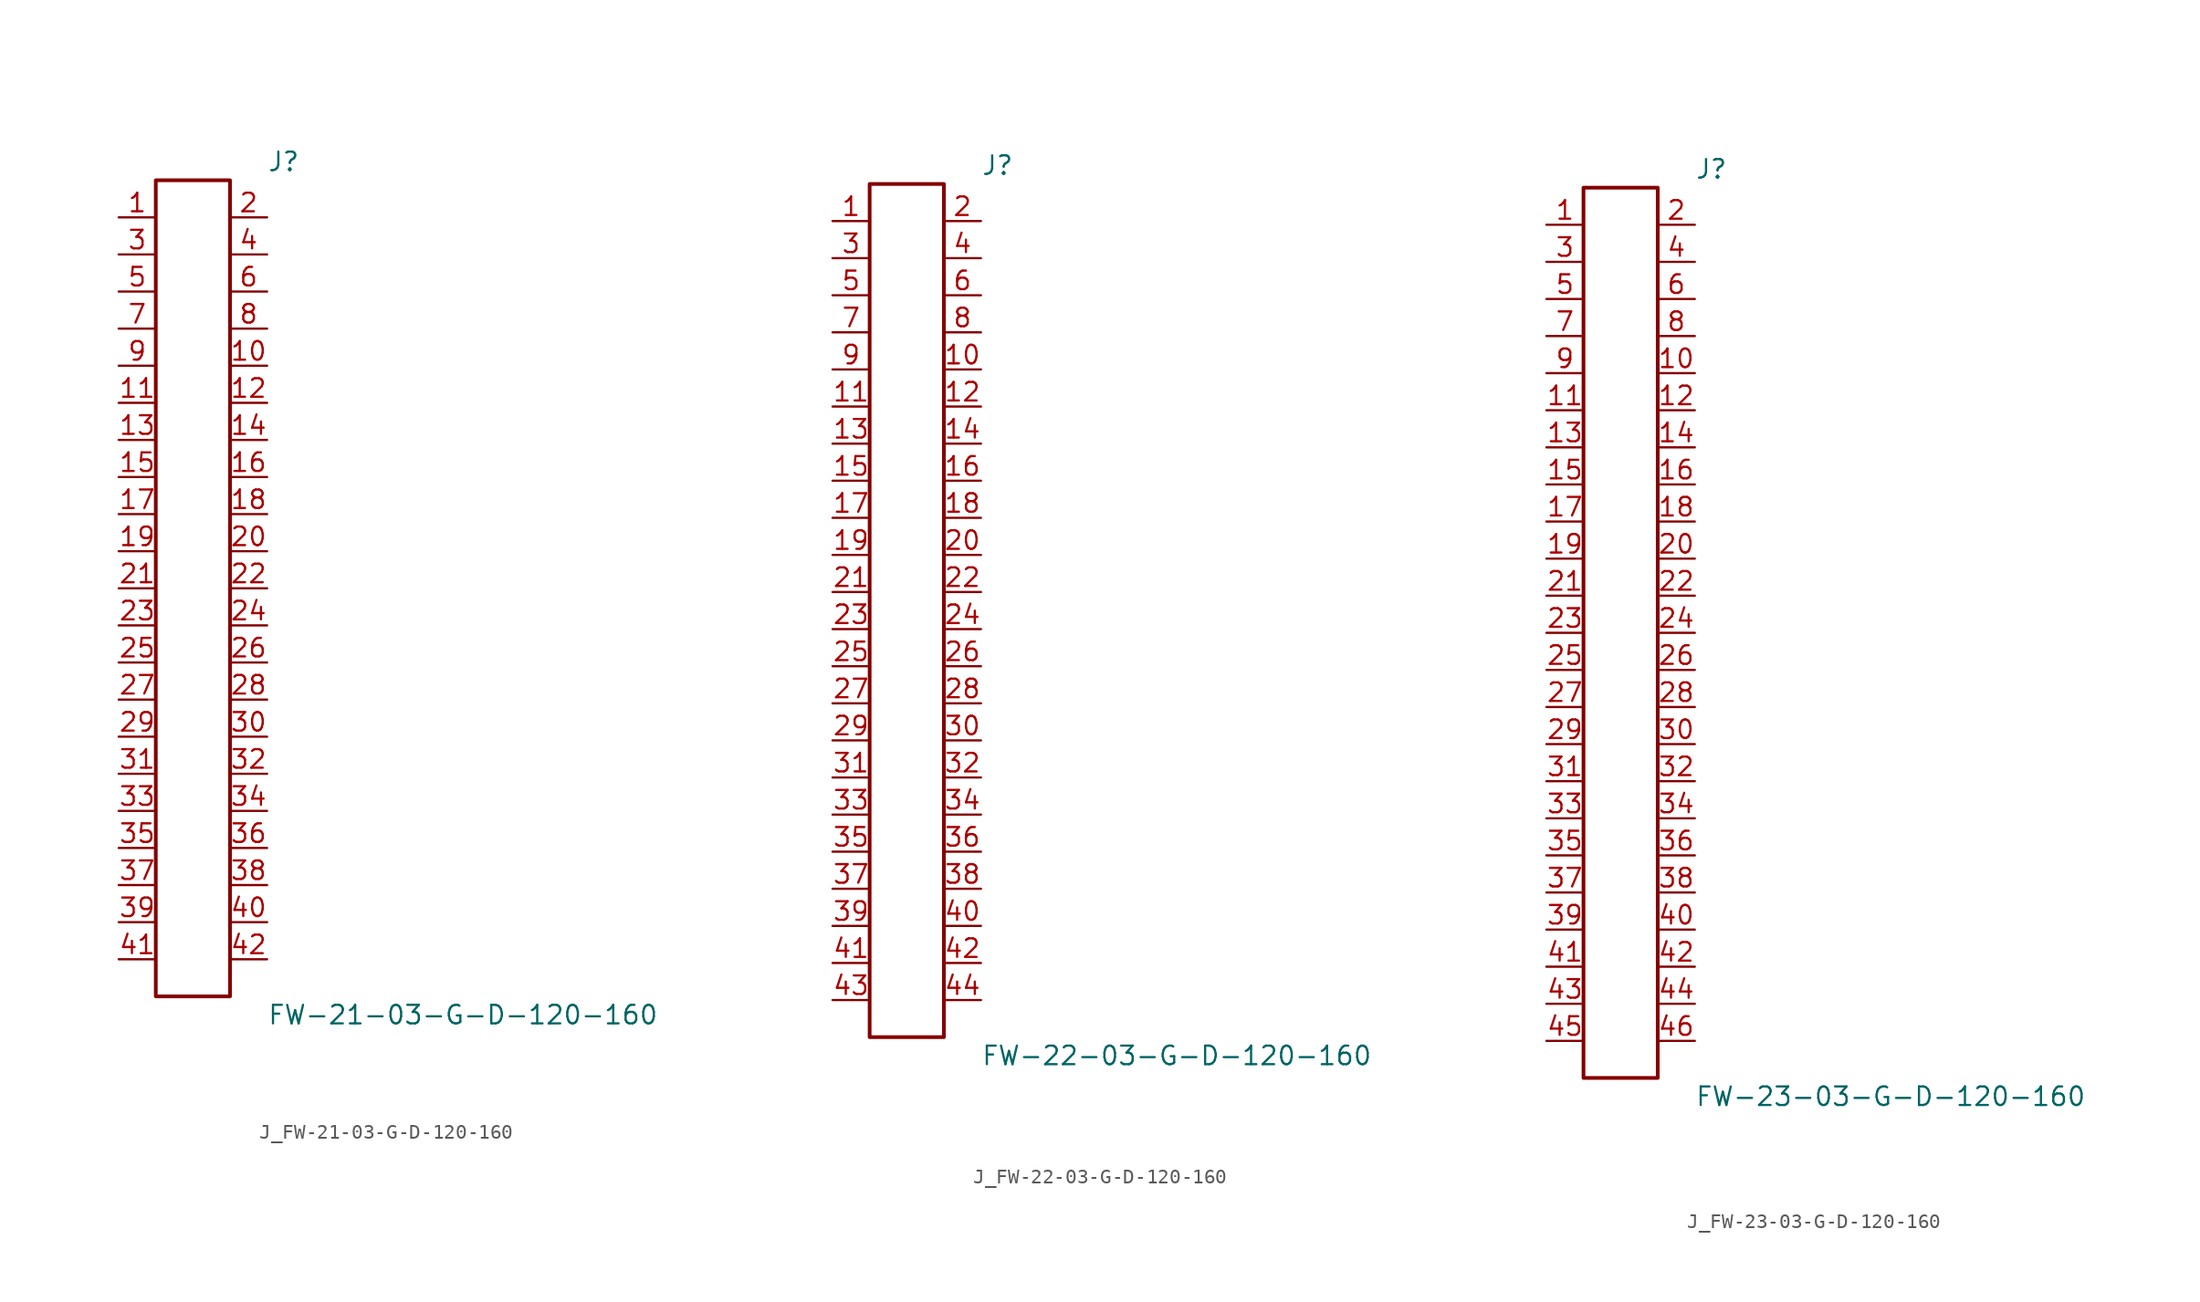
<source format=kicad_sym>
(kicad_symbol_lib
  (version 20231120)
  (generator kicad_symbol_editor)
  (generator_version 8.0)
  (symbol "J_FW-21-03-G-D-120-160"
    (pin_names
      (offset 0.254))
    (property "Reference" "J"
      (at 5.08 29.21 0)
      (effects (font (size 1.27 1.27)) (justify left)))
    (property "Value" "FW-21-03-G-D-120-160"
      (at 5.08 -29.21 0)
      (effects (font (size 1.27 1.27)) (justify left)))
    (symbol "J_FW-21-03-G-D-120-160_0_0"
      (pin passive line (at -5.08 25.4 0) (length 2.54) (name "" (effects (font (size 1.27 1.27)))) (number "1" (effects (font (size 1.27 1.27)))))
      (pin passive line (at 5.08 25.4 180) (length 2.54) (name "" (effects (font (size 1.27 1.27)))) (number "2" (effects (font (size 1.27 1.27)))))
      (pin passive line (at -5.08 22.86 0) (length 2.54) (name "" (effects (font (size 1.27 1.27)))) (number "3" (effects (font (size 1.27 1.27)))))
      (pin passive line (at 5.08 22.86 180) (length 2.54) (name "" (effects (font (size 1.27 1.27)))) (number "4" (effects (font (size 1.27 1.27)))))
      (pin passive line (at -5.08 20.32 0) (length 2.54) (name "" (effects (font (size 1.27 1.27)))) (number "5" (effects (font (size 1.27 1.27)))))
      (pin passive line (at 5.08 20.32 180) (length 2.54) (name "" (effects (font (size 1.27 1.27)))) (number "6" (effects (font (size 1.27 1.27)))))
      (pin passive line (at -5.08 17.78 0) (length 2.54) (name "" (effects (font (size 1.27 1.27)))) (number "7" (effects (font (size 1.27 1.27)))))
      (pin passive line (at 5.08 17.78 180) (length 2.54) (name "" (effects (font (size 1.27 1.27)))) (number "8" (effects (font (size 1.27 1.27)))))
      (pin passive line (at -5.08 15.24 0) (length 2.54) (name "" (effects (font (size 1.27 1.27)))) (number "9" (effects (font (size 1.27 1.27)))))
      (pin passive line (at 5.08 15.24 180) (length 2.54) (name "" (effects (font (size 1.27 1.27)))) (number "10" (effects (font (size 1.27 1.27)))))
      (pin passive line (at -5.08 12.7 0) (length 2.54) (name "" (effects (font (size 1.27 1.27)))) (number "11" (effects (font (size 1.27 1.27)))))
      (pin passive line (at 5.08 12.7 180) (length 2.54) (name "" (effects (font (size 1.27 1.27)))) (number "12" (effects (font (size 1.27 1.27)))))
      (pin passive line (at -5.08 10.16 0) (length 2.54) (name "" (effects (font (size 1.27 1.27)))) (number "13" (effects (font (size 1.27 1.27)))))
      (pin passive line (at 5.08 10.16 180) (length 2.54) (name "" (effects (font (size 1.27 1.27)))) (number "14" (effects (font (size 1.27 1.27)))))
      (pin passive line (at -5.08 7.62 0) (length 2.54) (name "" (effects (font (size 1.27 1.27)))) (number "15" (effects (font (size 1.27 1.27)))))
      (pin passive line (at 5.08 7.62 180) (length 2.54) (name "" (effects (font (size 1.27 1.27)))) (number "16" (effects (font (size 1.27 1.27)))))
      (pin passive line (at -5.08 5.08 0) (length 2.54) (name "" (effects (font (size 1.27 1.27)))) (number "17" (effects (font (size 1.27 1.27)))))
      (pin passive line (at 5.08 5.08 180) (length 2.54) (name "" (effects (font (size 1.27 1.27)))) (number "18" (effects (font (size 1.27 1.27)))))
      (pin passive line (at -5.08 2.54 0) (length 2.54) (name "" (effects (font (size 1.27 1.27)))) (number "19" (effects (font (size 1.27 1.27)))))
      (pin passive line (at 5.08 2.54 180) (length 2.54) (name "" (effects (font (size 1.27 1.27)))) (number "20" (effects (font (size 1.27 1.27)))))
      (pin passive line (at -5.08 0.0 0) (length 2.54) (name "" (effects (font (size 1.27 1.27)))) (number "21" (effects (font (size 1.27 1.27)))))
      (pin passive line (at 5.08 0.0 180) (length 2.54) (name "" (effects (font (size 1.27 1.27)))) (number "22" (effects (font (size 1.27 1.27)))))
      (pin passive line (at -5.08 -2.54 0) (length 2.54) (name "" (effects (font (size 1.27 1.27)))) (number "23" (effects (font (size 1.27 1.27)))))
      (pin passive line (at 5.08 -2.54 180) (length 2.54) (name "" (effects (font (size 1.27 1.27)))) (number "24" (effects (font (size 1.27 1.27)))))
      (pin passive line (at -5.08 -5.08 0) (length 2.54) (name "" (effects (font (size 1.27 1.27)))) (number "25" (effects (font (size 1.27 1.27)))))
      (pin passive line (at 5.08 -5.08 180) (length 2.54) (name "" (effects (font (size 1.27 1.27)))) (number "26" (effects (font (size 1.27 1.27)))))
      (pin passive line (at -5.08 -7.62 0) (length 2.54) (name "" (effects (font (size 1.27 1.27)))) (number "27" (effects (font (size 1.27 1.27)))))
      (pin passive line (at 5.08 -7.62 180) (length 2.54) (name "" (effects (font (size 1.27 1.27)))) (number "28" (effects (font (size 1.27 1.27)))))
      (pin passive line (at -5.08 -10.16 0) (length 2.54) (name "" (effects (font (size 1.27 1.27)))) (number "29" (effects (font (size 1.27 1.27)))))
      (pin passive line (at 5.08 -10.16 180) (length 2.54) (name "" (effects (font (size 1.27 1.27)))) (number "30" (effects (font (size 1.27 1.27)))))
      (pin passive line (at -5.08 -12.7 0) (length 2.54) (name "" (effects (font (size 1.27 1.27)))) (number "31" (effects (font (size 1.27 1.27)))))
      (pin passive line (at 5.08 -12.7 180) (length 2.54) (name "" (effects (font (size 1.27 1.27)))) (number "32" (effects (font (size 1.27 1.27)))))
      (pin passive line (at -5.08 -15.24 0) (length 2.54) (name "" (effects (font (size 1.27 1.27)))) (number "33" (effects (font (size 1.27 1.27)))))
      (pin passive line (at 5.08 -15.24 180) (length 2.54) (name "" (effects (font (size 1.27 1.27)))) (number "34" (effects (font (size 1.27 1.27)))))
      (pin passive line (at -5.08 -17.78 0) (length 2.54) (name "" (effects (font (size 1.27 1.27)))) (number "35" (effects (font (size 1.27 1.27)))))
      (pin passive line (at 5.08 -17.78 180) (length 2.54) (name "" (effects (font (size 1.27 1.27)))) (number "36" (effects (font (size 1.27 1.27)))))
      (pin passive line (at -5.08 -20.32 0) (length 2.54) (name "" (effects (font (size 1.27 1.27)))) (number "37" (effects (font (size 1.27 1.27)))))
      (pin passive line (at 5.08 -20.32 180) (length 2.54) (name "" (effects (font (size 1.27 1.27)))) (number "38" (effects (font (size 1.27 1.27)))))
      (pin passive line (at -5.08 -22.86 0) (length 2.54) (name "" (effects (font (size 1.27 1.27)))) (number "39" (effects (font (size 1.27 1.27)))))
      (pin passive line (at 5.08 -22.86 180) (length 2.54) (name "" (effects (font (size 1.27 1.27)))) (number "40" (effects (font (size 1.27 1.27)))))
      (pin passive line (at -5.08 -25.4 0) (length 2.54) (name "" (effects (font (size 1.27 1.27)))) (number "41" (effects (font (size 1.27 1.27)))))
      (pin passive line (at 5.08 -25.4 180) (length 2.54) (name "" (effects (font (size 1.27 1.27)))) (number "42" (effects (font (size 1.27 1.27))))))
    (symbol "J_FW-21-03-G-D-120-160_1_0"
      (rectangle (start -2.54 27.94) (end 2.54 -27.94) (stroke (width 0.254) (type solid)) (fill (type none)))))
  (symbol "J_FW-22-03-G-D-120-160"
    (pin_names
      (offset 0.254))
    (property "Reference" "J"
      (at 5.08 30.48 0)
      (effects (font (size 1.27 1.27)) (justify left)))
    (property "Value" "FW-22-03-G-D-120-160"
      (at 5.08 -30.48 0)
      (effects (font (size 1.27 1.27)) (justify left)))
    (symbol "J_FW-22-03-G-D-120-160_0_0"
      (pin passive line (at -5.08 26.67 0) (length 2.54) (name "" (effects (font (size 1.27 1.27)))) (number "1" (effects (font (size 1.27 1.27)))))
      (pin passive line (at 5.08 26.67 180) (length 2.54) (name "" (effects (font (size 1.27 1.27)))) (number "2" (effects (font (size 1.27 1.27)))))
      (pin passive line (at -5.08 24.13 0) (length 2.54) (name "" (effects (font (size 1.27 1.27)))) (number "3" (effects (font (size 1.27 1.27)))))
      (pin passive line (at 5.08 24.13 180) (length 2.54) (name "" (effects (font (size 1.27 1.27)))) (number "4" (effects (font (size 1.27 1.27)))))
      (pin passive line (at -5.08 21.59 0) (length 2.54) (name "" (effects (font (size 1.27 1.27)))) (number "5" (effects (font (size 1.27 1.27)))))
      (pin passive line (at 5.08 21.59 180) (length 2.54) (name "" (effects (font (size 1.27 1.27)))) (number "6" (effects (font (size 1.27 1.27)))))
      (pin passive line (at -5.08 19.05 0) (length 2.54) (name "" (effects (font (size 1.27 1.27)))) (number "7" (effects (font (size 1.27 1.27)))))
      (pin passive line (at 5.08 19.05 180) (length 2.54) (name "" (effects (font (size 1.27 1.27)))) (number "8" (effects (font (size 1.27 1.27)))))
      (pin passive line (at -5.08 16.51 0) (length 2.54) (name "" (effects (font (size 1.27 1.27)))) (number "9" (effects (font (size 1.27 1.27)))))
      (pin passive line (at 5.08 16.51 180) (length 2.54) (name "" (effects (font (size 1.27 1.27)))) (number "10" (effects (font (size 1.27 1.27)))))
      (pin passive line (at -5.08 13.97 0) (length 2.54) (name "" (effects (font (size 1.27 1.27)))) (number "11" (effects (font (size 1.27 1.27)))))
      (pin passive line (at 5.08 13.97 180) (length 2.54) (name "" (effects (font (size 1.27 1.27)))) (number "12" (effects (font (size 1.27 1.27)))))
      (pin passive line (at -5.08 11.43 0) (length 2.54) (name "" (effects (font (size 1.27 1.27)))) (number "13" (effects (font (size 1.27 1.27)))))
      (pin passive line (at 5.08 11.43 180) (length 2.54) (name "" (effects (font (size 1.27 1.27)))) (number "14" (effects (font (size 1.27 1.27)))))
      (pin passive line (at -5.08 8.89 0) (length 2.54) (name "" (effects (font (size 1.27 1.27)))) (number "15" (effects (font (size 1.27 1.27)))))
      (pin passive line (at 5.08 8.89 180) (length 2.54) (name "" (effects (font (size 1.27 1.27)))) (number "16" (effects (font (size 1.27 1.27)))))
      (pin passive line (at -5.08 6.35 0) (length 2.54) (name "" (effects (font (size 1.27 1.27)))) (number "17" (effects (font (size 1.27 1.27)))))
      (pin passive line (at 5.08 6.35 180) (length 2.54) (name "" (effects (font (size 1.27 1.27)))) (number "18" (effects (font (size 1.27 1.27)))))
      (pin passive line (at -5.08 3.81 0) (length 2.54) (name "" (effects (font (size 1.27 1.27)))) (number "19" (effects (font (size 1.27 1.27)))))
      (pin passive line (at 5.08 3.81 180) (length 2.54) (name "" (effects (font (size 1.27 1.27)))) (number "20" (effects (font (size 1.27 1.27)))))
      (pin passive line (at -5.08 1.27 0) (length 2.54) (name "" (effects (font (size 1.27 1.27)))) (number "21" (effects (font (size 1.27 1.27)))))
      (pin passive line (at 5.08 1.27 180) (length 2.54) (name "" (effects (font (size 1.27 1.27)))) (number "22" (effects (font (size 1.27 1.27)))))
      (pin passive line (at -5.08 -1.27 0) (length 2.54) (name "" (effects (font (size 1.27 1.27)))) (number "23" (effects (font (size 1.27 1.27)))))
      (pin passive line (at 5.08 -1.27 180) (length 2.54) (name "" (effects (font (size 1.27 1.27)))) (number "24" (effects (font (size 1.27 1.27)))))
      (pin passive line (at -5.08 -3.81 0) (length 2.54) (name "" (effects (font (size 1.27 1.27)))) (number "25" (effects (font (size 1.27 1.27)))))
      (pin passive line (at 5.08 -3.81 180) (length 2.54) (name "" (effects (font (size 1.27 1.27)))) (number "26" (effects (font (size 1.27 1.27)))))
      (pin passive line (at -5.08 -6.35 0) (length 2.54) (name "" (effects (font (size 1.27 1.27)))) (number "27" (effects (font (size 1.27 1.27)))))
      (pin passive line (at 5.08 -6.35 180) (length 2.54) (name "" (effects (font (size 1.27 1.27)))) (number "28" (effects (font (size 1.27 1.27)))))
      (pin passive line (at -5.08 -8.89 0) (length 2.54) (name "" (effects (font (size 1.27 1.27)))) (number "29" (effects (font (size 1.27 1.27)))))
      (pin passive line (at 5.08 -8.89 180) (length 2.54) (name "" (effects (font (size 1.27 1.27)))) (number "30" (effects (font (size 1.27 1.27)))))
      (pin passive line (at -5.08 -11.43 0) (length 2.54) (name "" (effects (font (size 1.27 1.27)))) (number "31" (effects (font (size 1.27 1.27)))))
      (pin passive line (at 5.08 -11.43 180) (length 2.54) (name "" (effects (font (size 1.27 1.27)))) (number "32" (effects (font (size 1.27 1.27)))))
      (pin passive line (at -5.08 -13.97 0) (length 2.54) (name "" (effects (font (size 1.27 1.27)))) (number "33" (effects (font (size 1.27 1.27)))))
      (pin passive line (at 5.08 -13.97 180) (length 2.54) (name "" (effects (font (size 1.27 1.27)))) (number "34" (effects (font (size 1.27 1.27)))))
      (pin passive line (at -5.08 -16.51 0) (length 2.54) (name "" (effects (font (size 1.27 1.27)))) (number "35" (effects (font (size 1.27 1.27)))))
      (pin passive line (at 5.08 -16.51 180) (length 2.54) (name "" (effects (font (size 1.27 1.27)))) (number "36" (effects (font (size 1.27 1.27)))))
      (pin passive line (at -5.08 -19.05 0) (length 2.54) (name "" (effects (font (size 1.27 1.27)))) (number "37" (effects (font (size 1.27 1.27)))))
      (pin passive line (at 5.08 -19.05 180) (length 2.54) (name "" (effects (font (size 1.27 1.27)))) (number "38" (effects (font (size 1.27 1.27)))))
      (pin passive line (at -5.08 -21.59 0) (length 2.54) (name "" (effects (font (size 1.27 1.27)))) (number "39" (effects (font (size 1.27 1.27)))))
      (pin passive line (at 5.08 -21.59 180) (length 2.54) (name "" (effects (font (size 1.27 1.27)))) (number "40" (effects (font (size 1.27 1.27)))))
      (pin passive line (at -5.08 -24.13 0) (length 2.54) (name "" (effects (font (size 1.27 1.27)))) (number "41" (effects (font (size 1.27 1.27)))))
      (pin passive line (at 5.08 -24.13 180) (length 2.54) (name "" (effects (font (size 1.27 1.27)))) (number "42" (effects (font (size 1.27 1.27)))))
      (pin passive line (at -5.08 -26.67 0) (length 2.54) (name "" (effects (font (size 1.27 1.27)))) (number "43" (effects (font (size 1.27 1.27)))))
      (pin passive line (at 5.08 -26.67 180) (length 2.54) (name "" (effects (font (size 1.27 1.27)))) (number "44" (effects (font (size 1.27 1.27))))))
    (symbol "J_FW-22-03-G-D-120-160_1_0"
      (rectangle (start -2.54 29.21) (end 2.54 -29.21) (stroke (width 0.254) (type solid)) (fill (type none)))))
  (symbol "J_FW-23-03-G-D-120-160"
    (pin_names
      (offset 0.254))
    (property "Reference" "J"
      (at 5.08 31.75 0)
      (effects (font (size 1.27 1.27)) (justify left)))
    (property "Value" "FW-23-03-G-D-120-160"
      (at 5.08 -31.75 0)
      (effects (font (size 1.27 1.27)) (justify left)))
    (symbol "J_FW-23-03-G-D-120-160_0_0"
      (pin passive line (at -5.08 27.94 0) (length 2.54) (name "" (effects (font (size 1.27 1.27)))) (number "1" (effects (font (size 1.27 1.27)))))
      (pin passive line (at 5.08 27.94 180) (length 2.54) (name "" (effects (font (size 1.27 1.27)))) (number "2" (effects (font (size 1.27 1.27)))))
      (pin passive line (at -5.08 25.4 0) (length 2.54) (name "" (effects (font (size 1.27 1.27)))) (number "3" (effects (font (size 1.27 1.27)))))
      (pin passive line (at 5.08 25.4 180) (length 2.54) (name "" (effects (font (size 1.27 1.27)))) (number "4" (effects (font (size 1.27 1.27)))))
      (pin passive line (at -5.08 22.86 0) (length 2.54) (name "" (effects (font (size 1.27 1.27)))) (number "5" (effects (font (size 1.27 1.27)))))
      (pin passive line (at 5.08 22.86 180) (length 2.54) (name "" (effects (font (size 1.27 1.27)))) (number "6" (effects (font (size 1.27 1.27)))))
      (pin passive line (at -5.08 20.32 0) (length 2.54) (name "" (effects (font (size 1.27 1.27)))) (number "7" (effects (font (size 1.27 1.27)))))
      (pin passive line (at 5.08 20.32 180) (length 2.54) (name "" (effects (font (size 1.27 1.27)))) (number "8" (effects (font (size 1.27 1.27)))))
      (pin passive line (at -5.08 17.78 0) (length 2.54) (name "" (effects (font (size 1.27 1.27)))) (number "9" (effects (font (size 1.27 1.27)))))
      (pin passive line (at 5.08 17.78 180) (length 2.54) (name "" (effects (font (size 1.27 1.27)))) (number "10" (effects (font (size 1.27 1.27)))))
      (pin passive line (at -5.08 15.24 0) (length 2.54) (name "" (effects (font (size 1.27 1.27)))) (number "11" (effects (font (size 1.27 1.27)))))
      (pin passive line (at 5.08 15.24 180) (length 2.54) (name "" (effects (font (size 1.27 1.27)))) (number "12" (effects (font (size 1.27 1.27)))))
      (pin passive line (at -5.08 12.7 0) (length 2.54) (name "" (effects (font (size 1.27 1.27)))) (number "13" (effects (font (size 1.27 1.27)))))
      (pin passive line (at 5.08 12.7 180) (length 2.54) (name "" (effects (font (size 1.27 1.27)))) (number "14" (effects (font (size 1.27 1.27)))))
      (pin passive line (at -5.08 10.16 0) (length 2.54) (name "" (effects (font (size 1.27 1.27)))) (number "15" (effects (font (size 1.27 1.27)))))
      (pin passive line (at 5.08 10.16 180) (length 2.54) (name "" (effects (font (size 1.27 1.27)))) (number "16" (effects (font (size 1.27 1.27)))))
      (pin passive line (at -5.08 7.62 0) (length 2.54) (name "" (effects (font (size 1.27 1.27)))) (number "17" (effects (font (size 1.27 1.27)))))
      (pin passive line (at 5.08 7.62 180) (length 2.54) (name "" (effects (font (size 1.27 1.27)))) (number "18" (effects (font (size 1.27 1.27)))))
      (pin passive line (at -5.08 5.08 0) (length 2.54) (name "" (effects (font (size 1.27 1.27)))) (number "19" (effects (font (size 1.27 1.27)))))
      (pin passive line (at 5.08 5.08 180) (length 2.54) (name "" (effects (font (size 1.27 1.27)))) (number "20" (effects (font (size 1.27 1.27)))))
      (pin passive line (at -5.08 2.54 0) (length 2.54) (name "" (effects (font (size 1.27 1.27)))) (number "21" (effects (font (size 1.27 1.27)))))
      (pin passive line (at 5.08 2.54 180) (length 2.54) (name "" (effects (font (size 1.27 1.27)))) (number "22" (effects (font (size 1.27 1.27)))))
      (pin passive line (at -5.08 0.0 0) (length 2.54) (name "" (effects (font (size 1.27 1.27)))) (number "23" (effects (font (size 1.27 1.27)))))
      (pin passive line (at 5.08 0.0 180) (length 2.54) (name "" (effects (font (size 1.27 1.27)))) (number "24" (effects (font (size 1.27 1.27)))))
      (pin passive line (at -5.08 -2.54 0) (length 2.54) (name "" (effects (font (size 1.27 1.27)))) (number "25" (effects (font (size 1.27 1.27)))))
      (pin passive line (at 5.08 -2.54 180) (length 2.54) (name "" (effects (font (size 1.27 1.27)))) (number "26" (effects (font (size 1.27 1.27)))))
      (pin passive line (at -5.08 -5.08 0) (length 2.54) (name "" (effects (font (size 1.27 1.27)))) (number "27" (effects (font (size 1.27 1.27)))))
      (pin passive line (at 5.08 -5.08 180) (length 2.54) (name "" (effects (font (size 1.27 1.27)))) (number "28" (effects (font (size 1.27 1.27)))))
      (pin passive line (at -5.08 -7.62 0) (length 2.54) (name "" (effects (font (size 1.27 1.27)))) (number "29" (effects (font (size 1.27 1.27)))))
      (pin passive line (at 5.08 -7.62 180) (length 2.54) (name "" (effects (font (size 1.27 1.27)))) (number "30" (effects (font (size 1.27 1.27)))))
      (pin passive line (at -5.08 -10.16 0) (length 2.54) (name "" (effects (font (size 1.27 1.27)))) (number "31" (effects (font (size 1.27 1.27)))))
      (pin passive line (at 5.08 -10.16 180) (length 2.54) (name "" (effects (font (size 1.27 1.27)))) (number "32" (effects (font (size 1.27 1.27)))))
      (pin passive line (at -5.08 -12.7 0) (length 2.54) (name "" (effects (font (size 1.27 1.27)))) (number "33" (effects (font (size 1.27 1.27)))))
      (pin passive line (at 5.08 -12.7 180) (length 2.54) (name "" (effects (font (size 1.27 1.27)))) (number "34" (effects (font (size 1.27 1.27)))))
      (pin passive line (at -5.08 -15.24 0) (length 2.54) (name "" (effects (font (size 1.27 1.27)))) (number "35" (effects (font (size 1.27 1.27)))))
      (pin passive line (at 5.08 -15.24 180) (length 2.54) (name "" (effects (font (size 1.27 1.27)))) (number "36" (effects (font (size 1.27 1.27)))))
      (pin passive line (at -5.08 -17.78 0) (length 2.54) (name "" (effects (font (size 1.27 1.27)))) (number "37" (effects (font (size 1.27 1.27)))))
      (pin passive line (at 5.08 -17.78 180) (length 2.54) (name "" (effects (font (size 1.27 1.27)))) (number "38" (effects (font (size 1.27 1.27)))))
      (pin passive line (at -5.08 -20.32 0) (length 2.54) (name "" (effects (font (size 1.27 1.27)))) (number "39" (effects (font (size 1.27 1.27)))))
      (pin passive line (at 5.08 -20.32 180) (length 2.54) (name "" (effects (font (size 1.27 1.27)))) (number "40" (effects (font (size 1.27 1.27)))))
      (pin passive line (at -5.08 -22.86 0) (length 2.54) (name "" (effects (font (size 1.27 1.27)))) (number "41" (effects (font (size 1.27 1.27)))))
      (pin passive line (at 5.08 -22.86 180) (length 2.54) (name "" (effects (font (size 1.27 1.27)))) (number "42" (effects (font (size 1.27 1.27)))))
      (pin passive line (at -5.08 -25.4 0) (length 2.54) (name "" (effects (font (size 1.27 1.27)))) (number "43" (effects (font (size 1.27 1.27)))))
      (pin passive line (at 5.08 -25.4 180) (length 2.54) (name "" (effects (font (size 1.27 1.27)))) (number "44" (effects (font (size 1.27 1.27)))))
      (pin passive line (at -5.08 -27.94 0) (length 2.54) (name "" (effects (font (size 1.27 1.27)))) (number "45" (effects (font (size 1.27 1.27)))))
      (pin passive line (at 5.08 -27.94 180) (length 2.54) (name "" (effects (font (size 1.27 1.27)))) (number "46" (effects (font (size 1.27 1.27))))))
    (symbol "J_FW-23-03-G-D-120-160_1_0"
      (rectangle (start -2.54 30.48) (end 2.54 -30.48) (stroke (width 0.254) (type solid)) (fill (type none))))))
</source>
